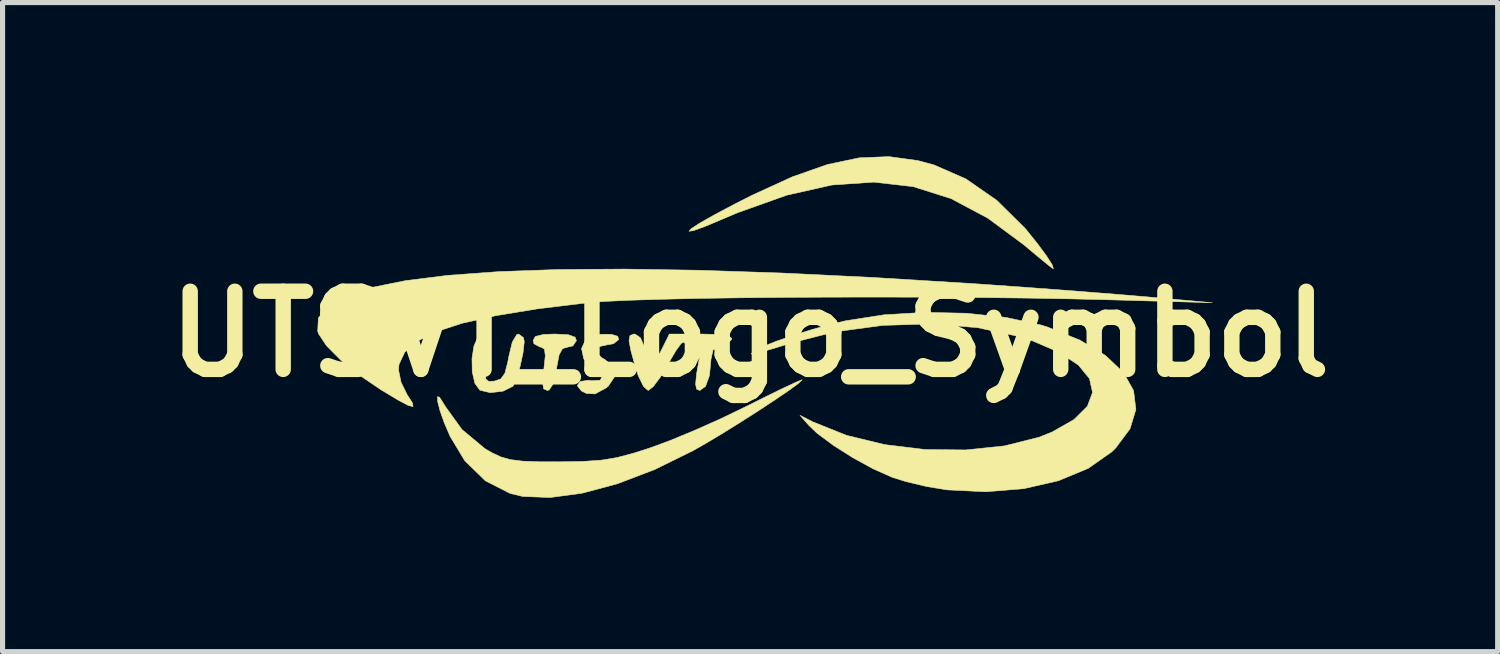
<source format=kicad_pcb>
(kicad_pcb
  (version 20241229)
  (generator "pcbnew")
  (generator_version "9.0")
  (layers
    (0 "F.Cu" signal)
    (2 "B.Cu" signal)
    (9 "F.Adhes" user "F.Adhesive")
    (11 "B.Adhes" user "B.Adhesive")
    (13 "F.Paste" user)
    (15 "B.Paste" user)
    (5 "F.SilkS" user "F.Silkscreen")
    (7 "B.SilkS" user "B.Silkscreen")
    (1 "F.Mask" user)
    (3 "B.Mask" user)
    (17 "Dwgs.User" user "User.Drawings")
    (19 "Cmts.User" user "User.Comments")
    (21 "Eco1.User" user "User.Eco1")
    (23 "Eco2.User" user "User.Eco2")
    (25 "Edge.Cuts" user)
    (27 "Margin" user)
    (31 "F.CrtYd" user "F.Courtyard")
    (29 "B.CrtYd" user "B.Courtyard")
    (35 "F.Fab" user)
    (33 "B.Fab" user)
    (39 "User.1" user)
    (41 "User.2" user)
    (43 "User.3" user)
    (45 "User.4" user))
  (footprint "UTSVT_Logo_Symbol"
    (layer "F.Cu")
    (at 11.582 3.466)
    (property "Reference" "UTSVT_Logo_Symbol" (at 0 0 0) (layer "F.SilkS") (effects (font (size 1.524 1.524) (thickness 0.3))))
    (attr through_hole)
    (fp_poly (pts (xy -3.544 0.014) (xy -3.414 0.061) (xy -3.387 0.127) (xy -3.457 0.231) (xy -3.553 0.254) (xy -3.659 0.285) (xy -3.725 0.405) (xy -3.772 0.651) (xy -3.776 0.677) (xy -3.835 0.963) (xy -3.919 1.091) (xy -3.956 1.101) (xy -4.027 1.069) (xy -4.048 0.948) (xy -4.025 0.702) (xy -4.022 0.677) (xy -3.995 0.423) (xy -4.011 0.296) (xy -4.076 0.255) (xy -4.098 0.254) (xy -4.216 0.19) (xy -4.233 0.127) (xy -4.188 0.047) (xy -4.031 0.008) (xy -3.81 0) (xy -3.544 0.014)) (stroke (width 0.01) (type solid)) (fill yes) (layer "F.SilkS"))
    (fp_poly (pts (xy -2.583 0.044) (xy -2.562 0.106) (xy -2.664 0.189) (xy -2.794 0.212) (xy -2.976 0.252) (xy -3.011 0.348) (xy -2.892 0.464) (xy -2.839 0.492) (xy -2.664 0.639) (xy -2.64 0.828) (xy -2.766 1.017) (xy -2.813 1.054) (xy -3.024 1.168) (xy -3.195 1.159) (xy -3.292 1.109) (xy -3.372 1.007) (xy -3.317 0.927) (xy -3.159 0.902) (xy -3.092 0.91) (xy -2.924 0.901) (xy -2.878 0.815) (xy -2.958 0.699) (xy -3.069 0.634) (xy -3.245 0.485) (xy -3.288 0.284) (xy -3.214 0.123) (xy -3.085 0.045) (xy -2.898 0.004) (xy -2.711 0.004) (xy -2.583 0.044)) (stroke (width 0.01) (type solid)) (fill yes) (layer "F.SilkS"))
    (fp_poly (pts (xy -4.421 0.069) (xy -4.405 0.148) (xy -4.428 0.363) (xy -4.484 0.622) (xy -4.553 0.86) (xy -4.619 1.009) (xy -4.629 1.02) (xy -4.819 1.115) (xy -5.068 1.144) (xy -5.271 1.096) (xy -5.369 0.961) (xy -5.42 0.737) (xy -5.425 0.477) (xy -5.387 0.233) (xy -5.31 0.057) (xy -5.212 0) (xy -5.152 0.058) (xy -5.135 0.246) (xy -5.148 0.473) (xy -5.166 0.741) (xy -5.154 0.878) (xy -5.097 0.924) (xy -4.985 0.918) (xy -4.861 0.875) (xy -4.783 0.764) (xy -4.725 0.54) (xy -4.708 0.445) (xy -4.639 0.158) (xy -4.554 0.014) (xy -4.518 0) (xy -4.421 0.069)) (stroke (width 0.01) (type solid)) (fill yes) (layer "F.SilkS"))
    (fp_poly (pts (xy 3.275 -3.383) (xy 3.583 -3.301) (xy 4.209 -3.027) (xy 4.814 -2.607) (xy 5.362 -2.065) (xy 5.402 -2.018) (xy 5.614 -1.753) (xy 5.785 -1.521) (xy 5.893 -1.352) (xy 5.917 -1.277) (xy 5.908 -1.276) (xy 5.837 -1.329) (xy 5.669 -1.466) (xy 5.435 -1.661) (xy 5.35 -1.733) (xy 4.637 -2.261) (xy 3.92 -2.642) (xy 3.183 -2.875) (xy 2.413 -2.963) (xy 1.595 -2.907) (xy 0.714 -2.708) (xy -0.243 -2.367) (xy -0.51 -2.254) (xy -0.878 -2.099) (xy -1.104 -2.017) (xy -1.191 -2.005) (xy -1.147 -2.056) (xy -0.978 -2.166) (xy -0.69 -2.329) (xy -0.289 -2.541) (xy 0.042 -2.709) (xy 0.821 -3.065) (xy 1.508 -3.307) (xy 2.128 -3.437) (xy 2.708 -3.461) (xy 3.275 -3.383)) (stroke (width 0.01) (type solid)) (fill yes) (layer "F.SilkS"))
    (fp_poly (pts (xy -0.612 0.008) (xy -0.421 0.035) (xy -0.357 0.085) (xy -0.359 0.106) (xy -0.462 0.202) (xy -0.578 0.239) (xy -0.722 0.311) (xy -0.763 0.493) (xy -0.792 0.808) (xy -0.869 1.021) (xy -0.981 1.101) (xy -0.981 1.101) (xy -1.042 1.076) (xy -1.063 0.98) (xy -1.045 0.785) (xy -0.987 0.459) (xy -0.976 0.402) (xy -1.008 0.278) (xy -1.102 0.254) (xy -1.248 0.209) (xy -1.288 0.159) (xy -1.339 0.179) (xy -1.444 0.32) (xy -1.581 0.554) (xy -1.596 0.582) (xy -1.75 0.841) (xy -1.89 1.027) (xy -1.987 1.101) (xy -1.989 1.101) (xy -2.078 1.024) (xy -2.179 0.819) (xy -2.238 0.643) (xy -2.326 0.321) (xy -2.362 0.128) (xy -2.344 0.031) (xy -2.274 0.001) (xy -2.245 0) (xy -2.138 0.073) (xy -2.069 0.233) (xy -2.002 0.503) (xy -1.943 0.614) (xy -1.872 0.574) (xy -1.768 0.391) (xy -1.753 0.36) (xy -1.575 0) (xy -0.95 0) (xy -0.612 0.008)) (stroke (width 0.01) (type solid)) (fill yes) (layer "F.SilkS"))
    (fp_poly (pts (xy 0.948 0.959) (xy 0.765 1.094) (xy 0.495 1.278) (xy 0.167 1.494) (xy -0.19 1.722) (xy -0.547 1.944) (xy -0.875 2.14) (xy -1.112 2.275) (xy -1.86 2.643) (xy -2.589 2.921) (xy -3.277 3.105) (xy -3.9 3.189) (xy -4.434 3.168) (xy -4.68 3.11) (xy -5.163 2.864) (xy -5.565 2.472) (xy -5.85 2) (xy -5.965 1.733) (xy -6.048 1.498) (xy -6.094 1.319) (xy -6.099 1.222) (xy -6.058 1.232) (xy -5.967 1.375) (xy -5.956 1.397) (xy -5.622 1.861) (xy -5.174 2.235) (xy -5.038 2.315) (xy -4.865 2.396) (xy -4.68 2.449) (xy -4.443 2.479) (xy -4.113 2.492) (xy -3.725 2.493) (xy -3.263 2.485) (xy -2.908 2.461) (xy -2.597 2.41) (xy -2.268 2.323) (xy -1.947 2.22) (xy -1.554 2.075) (xy -1.072 1.875) (xy -0.561 1.647) (xy -0.081 1.415) (xy -0.064 1.407) (xy 0.32 1.215) (xy 0.644 1.057) (xy 0.881 0.946) (xy 1.004 0.895) (xy 1.016 0.894) (xy 0.948 0.959)) (stroke (width 0.01) (type solid)) (fill yes) (layer "F.SilkS"))
    (fp_poly (pts (xy -0.996 -1.244) (xy 0.618 -1.19) (xy 2.386 -1.104) (xy 4.307 -0.986) (xy 4.572 -0.968) (xy 5.225 -0.922) (xy 5.916 -0.871) (xy 6.593 -0.819) (xy 7.208 -0.77) (xy 7.708 -0.728) (xy 7.747 -0.725) (xy 9.017 -0.611) (xy 7.112 -0.665) (xy 6.295 -0.685) (xy 5.409 -0.701) (xy 4.474 -0.712) (xy 3.51 -0.719) (xy 2.536 -0.721) (xy 1.573 -0.72) (xy 0.641 -0.715) (xy -0.24 -0.706) (xy -1.051 -0.694) (xy -1.772 -0.677) (xy -2.381 -0.658) (xy -2.861 -0.635) (xy -3.175 -0.61) (xy -4.15 -0.491) (xy -4.962 -0.358) (xy -5.62 -0.209) (xy -6.131 -0.043) (xy -6.501 0.145) (xy -6.737 0.355) (xy -6.848 0.592) (xy -6.858 0.7) (xy -6.808 0.943) (xy -6.688 1.187) (xy -6.683 1.193) (xy -6.585 1.346) (xy -6.574 1.414) (xy -6.665 1.395) (xy -6.869 1.287) (xy -7.197 1.09) (xy -7.625 0.8) (xy -7.989 0.505) (xy -8.262 0.23) (xy -8.416 -0.001) (xy -8.435 -0.055) (xy -8.421 -0.314) (xy -8.242 -0.543) (xy -7.898 -0.74) (xy -7.392 -0.906) (xy -6.723 -1.041) (xy -5.894 -1.145) (xy -4.906 -1.217) (xy -3.759 -1.258) (xy -2.456 -1.267) (xy -0.996 -1.244)) (stroke (width 0.01) (type solid)) (fill yes) (layer "F.SilkS"))
    (fp_poly (pts (xy 4.227 -0.405) (xy 4.993 -0.323) (xy 5.664 -0.179) (xy 5.8 -0.137) (xy 6.436 0.12) (xy 6.932 0.418) (xy 7.281 0.748) (xy 7.481 1.103) (xy 7.526 1.472) (xy 7.412 1.848) (xy 7.134 2.221) (xy 7.056 2.298) (xy 6.597 2.62) (xy 6.014 2.862) (xy 5.338 3.017) (xy 4.599 3.077) (xy 3.844 3.04) (xy 3.451 2.976) (xy 3.045 2.88) (xy 2.773 2.795) (xy 2.404 2.631) (xy 2.003 2.412) (xy 1.619 2.168) (xy 1.304 1.933) (xy 1.143 1.779) (xy 0.974 1.586) (xy 1.228 1.715) (xy 1.883 1.977) (xy 2.626 2.157) (xy 3.415 2.253) (xy 4.208 2.261) (xy 4.963 2.182) (xy 5.636 2.013) (xy 5.892 1.911) (xy 6.319 1.668) (xy 6.58 1.408) (xy 6.68 1.139) (xy 6.621 0.87) (xy 6.405 0.607) (xy 6.036 0.36) (xy 5.516 0.136) (xy 5.249 0.049) (xy 4.433 -0.125) (xy 3.53 -0.197) (xy 2.589 -0.169) (xy 1.656 -0.043) (xy 0.815 0.171) (xy 0.483 0.274) (xy 0.217 0.35) (xy 0.055 0.388) (xy 0.023 0.39) (xy 0.065 0.335) (xy 0.239 0.249) (xy 0.511 0.141) (xy 0.851 0.023) (xy 1.225 -0.093) (xy 1.601 -0.197) (xy 1.867 -0.259) (xy 2.612 -0.375) (xy 3.416 -0.423) (xy 4.227 -0.405)) (stroke (width 0.01) (type solid)) (fill yes) (layer "F.SilkS")))
  (gr_rect
    (start -3 -3)
    (end 26.165 9.661)
    (stroke (width 0.1) (type default))
    (fill no)
    (layer "Edge.Cuts")))
</source>
